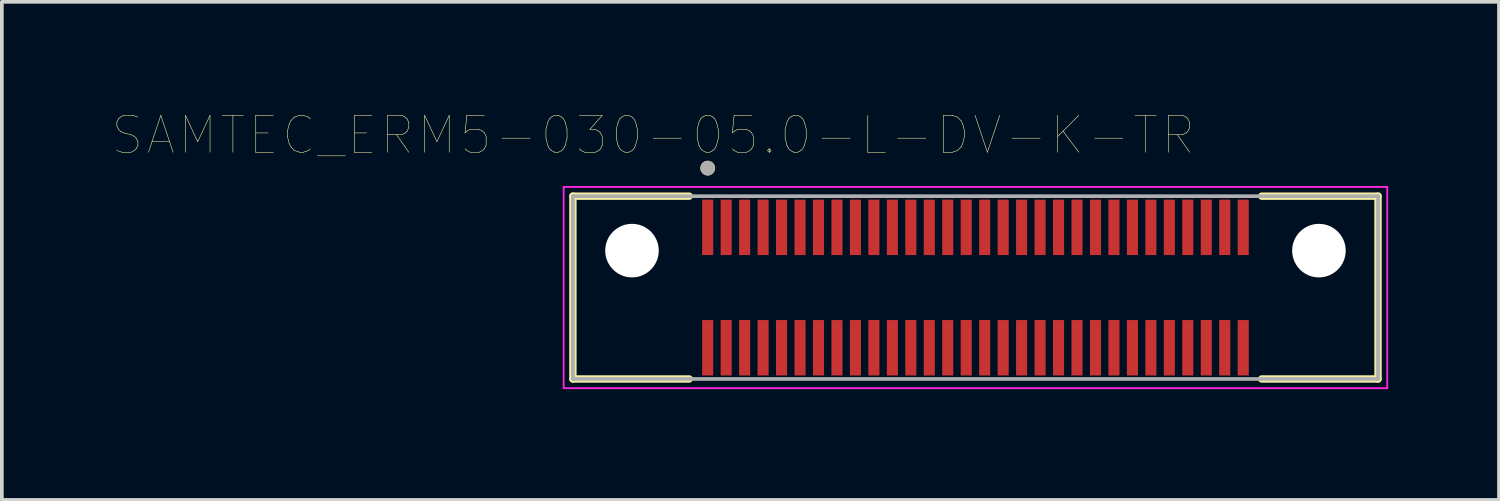
<source format=kicad_pcb>
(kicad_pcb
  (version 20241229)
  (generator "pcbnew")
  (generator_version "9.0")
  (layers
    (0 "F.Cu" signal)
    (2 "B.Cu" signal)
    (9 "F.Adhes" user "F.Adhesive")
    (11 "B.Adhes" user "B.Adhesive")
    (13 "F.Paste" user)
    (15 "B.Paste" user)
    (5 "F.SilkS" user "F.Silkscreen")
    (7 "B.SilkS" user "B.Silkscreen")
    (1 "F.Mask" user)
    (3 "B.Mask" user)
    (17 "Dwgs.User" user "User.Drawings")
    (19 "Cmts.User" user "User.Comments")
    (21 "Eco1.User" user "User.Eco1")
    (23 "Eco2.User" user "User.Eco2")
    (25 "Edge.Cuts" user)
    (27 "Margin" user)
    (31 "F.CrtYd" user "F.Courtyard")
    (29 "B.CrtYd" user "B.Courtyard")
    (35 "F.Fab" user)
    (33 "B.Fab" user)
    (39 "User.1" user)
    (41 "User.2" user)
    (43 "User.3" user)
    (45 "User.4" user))
  (footprint "SAMTEC_ERM5-030-05.0-L-DV-K-TR"
    (layer "F.Cu")
    (at 23.362 4.736)
    (property "Reference" "SAMTEC_ERM5-030-05.0-L-DV-K-TR" (at -8.725 -4.125 0) (layer "F.SilkS") (effects (font (size 1 1) (thickness 0.015))))
    (attr through_hole)
    (fp_line (start -10.9 -2.475) (end -10.9 2.475) (stroke (width 0.2) (type solid)) (layer "F.SilkS"))
    (fp_line (start -10.9 -2.475) (end -7.75 -2.475) (stroke (width 0.2) (type solid)) (layer "F.SilkS"))
    (fp_line (start -10.9 2.475) (end -7.75 2.475) (stroke (width 0.2) (type solid)) (layer "F.SilkS"))
    (fp_line (start 10.9 -2.475) (end 7.75 -2.475) (stroke (width 0.2) (type solid)) (layer "F.SilkS"))
    (fp_line (start 10.9 -2.475) (end 10.9 2.475) (stroke (width 0.2) (type solid)) (layer "F.SilkS"))
    (fp_line (start 10.9 2.475) (end 7.75 2.475) (stroke (width 0.2) (type solid)) (layer "F.SilkS"))
    (fp_circle (center -7.25 -3.235) (end -7.15 -3.235) (stroke (width 0.2) (type solid)) (fill no) (layer "F.SilkS"))
    (fp_poly (pts (xy -7.375 -2.38) (xy -7.125 -2.38) (xy -7.125 -0.88) (xy -7.375 -0.88)) (stroke (width 0.01) (type solid)) (fill yes) (layer "F.Paste"))
    (fp_poly (pts (xy -7.375 0.88) (xy -7.125 0.88) (xy -7.125 2.38) (xy -7.375 2.38)) (stroke (width 0.01) (type solid)) (fill yes) (layer "F.Paste"))
    (fp_poly (pts (xy -6.875 -2.38) (xy -6.625 -2.38) (xy -6.625 -0.88) (xy -6.875 -0.88)) (stroke (width 0.01) (type solid)) (fill yes) (layer "F.Paste"))
    (fp_poly (pts (xy -6.875 0.88) (xy -6.625 0.88) (xy -6.625 2.38) (xy -6.875 2.38)) (stroke (width 0.01) (type solid)) (fill yes) (layer "F.Paste"))
    (fp_poly (pts (xy -6.375 -2.38) (xy -6.125 -2.38) (xy -6.125 -0.88) (xy -6.375 -0.88)) (stroke (width 0.01) (type solid)) (fill yes) (layer "F.Paste"))
    (fp_poly (pts (xy -6.375 0.88) (xy -6.125 0.88) (xy -6.125 2.38) (xy -6.375 2.38)) (stroke (width 0.01) (type solid)) (fill yes) (layer "F.Paste"))
    (fp_poly (pts (xy -5.875 -2.38) (xy -5.625 -2.38) (xy -5.625 -0.88) (xy -5.875 -0.88)) (stroke (width 0.01) (type solid)) (fill yes) (layer "F.Paste"))
    (fp_poly (pts (xy -5.875 0.88) (xy -5.625 0.88) (xy -5.625 2.38) (xy -5.875 2.38)) (stroke (width 0.01) (type solid)) (fill yes) (layer "F.Paste"))
    (fp_poly (pts (xy -5.375 -2.38) (xy -5.125 -2.38) (xy -5.125 -0.88) (xy -5.375 -0.88)) (stroke (width 0.01) (type solid)) (fill yes) (layer "F.Paste"))
    (fp_poly (pts (xy -5.375 0.88) (xy -5.125 0.88) (xy -5.125 2.38) (xy -5.375 2.38)) (stroke (width 0.01) (type solid)) (fill yes) (layer "F.Paste"))
    (fp_poly (pts (xy -4.875 -2.38) (xy -4.625 -2.38) (xy -4.625 -0.88) (xy -4.875 -0.88)) (stroke (width 0.01) (type solid)) (fill yes) (layer "F.Paste"))
    (fp_poly (pts (xy -4.875 0.88) (xy -4.625 0.88) (xy -4.625 2.38) (xy -4.875 2.38)) (stroke (width 0.01) (type solid)) (fill yes) (layer "F.Paste"))
    (fp_poly (pts (xy -4.375 -2.38) (xy -4.125 -2.38) (xy -4.125 -0.88) (xy -4.375 -0.88)) (stroke (width 0.01) (type solid)) (fill yes) (layer "F.Paste"))
    (fp_poly (pts (xy -4.375 0.88) (xy -4.125 0.88) (xy -4.125 2.38) (xy -4.375 2.38)) (stroke (width 0.01) (type solid)) (fill yes) (layer "F.Paste"))
    (fp_poly (pts (xy -3.875 -2.38) (xy -3.625 -2.38) (xy -3.625 -0.88) (xy -3.875 -0.88)) (stroke (width 0.01) (type solid)) (fill yes) (layer "F.Paste"))
    (fp_poly (pts (xy -3.875 0.88) (xy -3.625 0.88) (xy -3.625 2.38) (xy -3.875 2.38)) (stroke (width 0.01) (type solid)) (fill yes) (layer "F.Paste"))
    (fp_poly (pts (xy -3.375 -2.38) (xy -3.125 -2.38) (xy -3.125 -0.88) (xy -3.375 -0.88)) (stroke (width 0.01) (type solid)) (fill yes) (layer "F.Paste"))
    (fp_poly (pts (xy -3.375 0.88) (xy -3.125 0.88) (xy -3.125 2.38) (xy -3.375 2.38)) (stroke (width 0.01) (type solid)) (fill yes) (layer "F.Paste"))
    (fp_poly (pts (xy -2.875 -2.38) (xy -2.625 -2.38) (xy -2.625 -0.88) (xy -2.875 -0.88)) (stroke (width 0.01) (type solid)) (fill yes) (layer "F.Paste"))
    (fp_poly (pts (xy -2.875 0.88) (xy -2.625 0.88) (xy -2.625 2.38) (xy -2.875 2.38)) (stroke (width 0.01) (type solid)) (fill yes) (layer "F.Paste"))
    (fp_poly (pts (xy -2.375 -2.38) (xy -2.125 -2.38) (xy -2.125 -0.88) (xy -2.375 -0.88)) (stroke (width 0.01) (type solid)) (fill yes) (layer "F.Paste"))
    (fp_poly (pts (xy -2.375 0.88) (xy -2.125 0.88) (xy -2.125 2.38) (xy -2.375 2.38)) (stroke (width 0.01) (type solid)) (fill yes) (layer "F.Paste"))
    (fp_poly (pts (xy -1.875 -2.38) (xy -1.625 -2.38) (xy -1.625 -0.88) (xy -1.875 -0.88)) (stroke (width 0.01) (type solid)) (fill yes) (layer "F.Paste"))
    (fp_poly (pts (xy -1.875 0.88) (xy -1.625 0.88) (xy -1.625 2.38) (xy -1.875 2.38)) (stroke (width 0.01) (type solid)) (fill yes) (layer "F.Paste"))
    (fp_poly (pts (xy -1.375 -2.38) (xy -1.125 -2.38) (xy -1.125 -0.88) (xy -1.375 -0.88)) (stroke (width 0.01) (type solid)) (fill yes) (layer "F.Paste"))
    (fp_poly (pts (xy -1.375 0.88) (xy -1.125 0.88) (xy -1.125 2.38) (xy -1.375 2.38)) (stroke (width 0.01) (type solid)) (fill yes) (layer "F.Paste"))
    (fp_poly (pts (xy -0.875 -2.38) (xy -0.625 -2.38) (xy -0.625 -0.88) (xy -0.875 -0.88)) (stroke (width 0.01) (type solid)) (fill yes) (layer "F.Paste"))
    (fp_poly (pts (xy -0.875 0.88) (xy -0.625 0.88) (xy -0.625 2.38) (xy -0.875 2.38)) (stroke (width 0.01) (type solid)) (fill yes) (layer "F.Paste"))
    (fp_poly (pts (xy -0.375 -2.38) (xy -0.125 -2.38) (xy -0.125 -0.88) (xy -0.375 -0.88)) (stroke (width 0.01) (type solid)) (fill yes) (layer "F.Paste"))
    (fp_poly (pts (xy -0.375 0.88) (xy -0.125 0.88) (xy -0.125 2.38) (xy -0.375 2.38)) (stroke (width 0.01) (type solid)) (fill yes) (layer "F.Paste"))
    (fp_poly (pts (xy 0.125 -2.38) (xy 0.375 -2.38) (xy 0.375 -0.88) (xy 0.125 -0.88)) (stroke (width 0.01) (type solid)) (fill yes) (layer "F.Paste"))
    (fp_poly (pts (xy 0.125 0.88) (xy 0.375 0.88) (xy 0.375 2.38) (xy 0.125 2.38)) (stroke (width 0.01) (type solid)) (fill yes) (layer "F.Paste"))
    (fp_poly (pts (xy 0.625 -2.38) (xy 0.875 -2.38) (xy 0.875 -0.88) (xy 0.625 -0.88)) (stroke (width 0.01) (type solid)) (fill yes) (layer "F.Paste"))
    (fp_poly (pts (xy 0.625 0.88) (xy 0.875 0.88) (xy 0.875 2.38) (xy 0.625 2.38)) (stroke (width 0.01) (type solid)) (fill yes) (layer "F.Paste"))
    (fp_poly (pts (xy 1.125 -2.38) (xy 1.375 -2.38) (xy 1.375 -0.88) (xy 1.125 -0.88)) (stroke (width 0.01) (type solid)) (fill yes) (layer "F.Paste"))
    (fp_poly (pts (xy 1.125 0.88) (xy 1.375 0.88) (xy 1.375 2.38) (xy 1.125 2.38)) (stroke (width 0.01) (type solid)) (fill yes) (layer "F.Paste"))
    (fp_poly (pts (xy 1.625 -2.38) (xy 1.875 -2.38) (xy 1.875 -0.88) (xy 1.625 -0.88)) (stroke (width 0.01) (type solid)) (fill yes) (layer "F.Paste"))
    (fp_poly (pts (xy 1.625 0.88) (xy 1.875 0.88) (xy 1.875 2.38) (xy 1.625 2.38)) (stroke (width 0.01) (type solid)) (fill yes) (layer "F.Paste"))
    (fp_poly (pts (xy 2.125 -2.38) (xy 2.375 -2.38) (xy 2.375 -0.88) (xy 2.125 -0.88)) (stroke (width 0.01) (type solid)) (fill yes) (layer "F.Paste"))
    (fp_poly (pts (xy 2.125 0.88) (xy 2.375 0.88) (xy 2.375 2.38) (xy 2.125 2.38)) (stroke (width 0.01) (type solid)) (fill yes) (layer "F.Paste"))
    (fp_poly (pts (xy 2.625 -2.38) (xy 2.875 -2.38) (xy 2.875 -0.88) (xy 2.625 -0.88)) (stroke (width 0.01) (type solid)) (fill yes) (layer "F.Paste"))
    (fp_poly (pts (xy 2.625 0.88) (xy 2.875 0.88) (xy 2.875 2.38) (xy 2.625 2.38)) (stroke (width 0.01) (type solid)) (fill yes) (layer "F.Paste"))
    (fp_poly (pts (xy 3.125 -2.38) (xy 3.375 -2.38) (xy 3.375 -0.88) (xy 3.125 -0.88)) (stroke (width 0.01) (type solid)) (fill yes) (layer "F.Paste"))
    (fp_poly (pts (xy 3.125 0.88) (xy 3.375 0.88) (xy 3.375 2.38) (xy 3.125 2.38)) (stroke (width 0.01) (type solid)) (fill yes) (layer "F.Paste"))
    (fp_poly (pts (xy 3.625 -2.38) (xy 3.875 -2.38) (xy 3.875 -0.88) (xy 3.625 -0.88)) (stroke (width 0.01) (type solid)) (fill yes) (layer "F.Paste"))
    (fp_poly (pts (xy 3.625 0.88) (xy 3.875 0.88) (xy 3.875 2.38) (xy 3.625 2.38)) (stroke (width 0.01) (type solid)) (fill yes) (layer "F.Paste"))
    (fp_poly (pts (xy 4.125 -2.38) (xy 4.375 -2.38) (xy 4.375 -0.88) (xy 4.125 -0.88)) (stroke (width 0.01) (type solid)) (fill yes) (layer "F.Paste"))
    (fp_poly (pts (xy 4.125 0.88) (xy 4.375 0.88) (xy 4.375 2.38) (xy 4.125 2.38)) (stroke (width 0.01) (type solid)) (fill yes) (layer "F.Paste"))
    (fp_poly (pts (xy 4.625 -2.38) (xy 4.875 -2.38) (xy 4.875 -0.88) (xy 4.625 -0.88)) (stroke (width 0.01) (type solid)) (fill yes) (layer "F.Paste"))
    (fp_poly (pts (xy 4.625 0.88) (xy 4.875 0.88) (xy 4.875 2.38) (xy 4.625 2.38)) (stroke (width 0.01) (type solid)) (fill yes) (layer "F.Paste"))
    (fp_poly (pts (xy 5.125 -2.38) (xy 5.375 -2.38) (xy 5.375 -0.88) (xy 5.125 -0.88)) (stroke (width 0.01) (type solid)) (fill yes) (layer "F.Paste"))
    (fp_poly (pts (xy 5.125 0.88) (xy 5.375 0.88) (xy 5.375 2.38) (xy 5.125 2.38)) (stroke (width 0.01) (type solid)) (fill yes) (layer "F.Paste"))
    (fp_poly (pts (xy 5.625 -2.38) (xy 5.875 -2.38) (xy 5.875 -0.88) (xy 5.625 -0.88)) (stroke (width 0.01) (type solid)) (fill yes) (layer "F.Paste"))
    (fp_poly (pts (xy 5.625 0.88) (xy 5.875 0.88) (xy 5.875 2.38) (xy 5.625 2.38)) (stroke (width 0.01) (type solid)) (fill yes) (layer "F.Paste"))
    (fp_poly (pts (xy 6.125 -2.38) (xy 6.375 -2.38) (xy 6.375 -0.88) (xy 6.125 -0.88)) (stroke (width 0.01) (type solid)) (fill yes) (layer "F.Paste"))
    (fp_poly (pts (xy 6.125 0.88) (xy 6.375 0.88) (xy 6.375 2.38) (xy 6.125 2.38)) (stroke (width 0.01) (type solid)) (fill yes) (layer "F.Paste"))
    (fp_poly (pts (xy 6.625 -2.38) (xy 6.875 -2.38) (xy 6.875 -0.88) (xy 6.625 -0.88)) (stroke (width 0.01) (type solid)) (fill yes) (layer "F.Paste"))
    (fp_poly (pts (xy 6.625 0.88) (xy 6.875 0.88) (xy 6.875 2.38) (xy 6.625 2.38)) (stroke (width 0.01) (type solid)) (fill yes) (layer "F.Paste"))
    (fp_poly (pts (xy 7.125 -2.38) (xy 7.375 -2.38) (xy 7.375 -0.88) (xy 7.125 -0.88)) (stroke (width 0.01) (type solid)) (fill yes) (layer "F.Paste"))
    (fp_poly (pts (xy 7.125 0.88) (xy 7.375 0.88) (xy 7.375 2.38) (xy 7.125 2.38)) (stroke (width 0.01) (type solid)) (fill yes) (layer "F.Paste"))
    (fp_line (start -11.15 -2.725) (end 11.15 -2.725) (stroke (width 0.05) (type solid)) (layer "F.CrtYd"))
    (fp_line (start -11.15 2.725) (end -11.15 -2.725) (stroke (width 0.05) (type solid)) (layer "F.CrtYd"))
    (fp_line (start 11.15 -2.725) (end 11.15 2.725) (stroke (width 0.05) (type solid)) (layer "F.CrtYd"))
    (fp_line (start 11.15 2.725) (end -11.15 2.725) (stroke (width 0.05) (type solid)) (layer "F.CrtYd"))
    (fp_line (start -10.9 -2.475) (end 10.9 -2.475) (stroke (width 0.1) (type solid)) (layer "F.Fab"))
    (fp_line (start -10.9 2.475) (end -10.9 -2.475) (stroke (width 0.1) (type solid)) (layer "F.Fab"))
    (fp_line (start 10.9 -2.475) (end 10.9 2.475) (stroke (width 0.1) (type solid)) (layer "F.Fab"))
    (fp_line (start 10.9 2.475) (end -10.9 2.475) (stroke (width 0.1) (type solid)) (layer "F.Fab"))
    (fp_circle (center -7.25 -3.235) (end -7.15 -3.235) (stroke (width 0.2) (type solid)) (fill no) (layer "F.Fab"))
    (pad "" np_thru_hole circle (at -9.3 -1) (size 1.45 1.45) (drill 1.45) (layers "*.Cu" "*.Mask"))
    (pad "" np_thru_hole circle (at 9.3 -1) (size 1.45 1.45) (drill 1.45) (layers "*.Cu" "*.Mask"))
    (pad "01" smd rect (at -7.25 -1.63) (size 0.3 1.5) (layers "F.Cu" "F.Mask"))
    (pad "02" smd rect (at -7.25 1.63) (size 0.3 1.5) (layers "F.Cu" "F.Mask"))
    (pad "03" smd rect (at -6.75 -1.63) (size 0.3 1.5) (layers "F.Cu" "F.Mask"))
    (pad "04" smd rect (at -6.75 1.63) (size 0.3 1.5) (layers "F.Cu" "F.Mask"))
    (pad "05" smd rect (at -6.25 -1.63) (size 0.3 1.5) (layers "F.Cu" "F.Mask"))
    (pad "06" smd rect (at -6.25 1.63) (size 0.3 1.5) (layers "F.Cu" "F.Mask"))
    (pad "07" smd rect (at -5.75 -1.63) (size 0.3 1.5) (layers "F.Cu" "F.Mask"))
    (pad "08" smd rect (at -5.75 1.63) (size 0.3 1.5) (layers "F.Cu" "F.Mask"))
    (pad "09" smd rect (at -5.25 -1.63) (size 0.3 1.5) (layers "F.Cu" "F.Mask"))
    (pad "10" smd rect (at -5.25 1.63) (size 0.3 1.5) (layers "F.Cu" "F.Mask"))
    (pad "11" smd rect (at -4.75 -1.63) (size 0.3 1.5) (layers "F.Cu" "F.Mask"))
    (pad "12" smd rect (at -4.75 1.63) (size 0.3 1.5) (layers "F.Cu" "F.Mask"))
    (pad "13" smd rect (at -4.25 -1.63) (size 0.3 1.5) (layers "F.Cu" "F.Mask"))
    (pad "14" smd rect (at -4.25 1.63) (size 0.3 1.5) (layers "F.Cu" "F.Mask"))
    (pad "15" smd rect (at -3.75 -1.63) (size 0.3 1.5) (layers "F.Cu" "F.Mask"))
    (pad "16" smd rect (at -3.75 1.63) (size 0.3 1.5) (layers "F.Cu" "F.Mask"))
    (pad "17" smd rect (at -3.25 -1.63) (size 0.3 1.5) (layers "F.Cu" "F.Mask"))
    (pad "18" smd rect (at -3.25 1.63) (size 0.3 1.5) (layers "F.Cu" "F.Mask"))
    (pad "19" smd rect (at -2.75 -1.63) (size 0.3 1.5) (layers "F.Cu" "F.Mask"))
    (pad "20" smd rect (at -2.75 1.63) (size 0.3 1.5) (layers "F.Cu" "F.Mask"))
    (pad "21" smd rect (at -2.25 -1.63) (size 0.3 1.5) (layers "F.Cu" "F.Mask"))
    (pad "22" smd rect (at -2.25 1.63) (size 0.3 1.5) (layers "F.Cu" "F.Mask"))
    (pad "23" smd rect (at -1.75 -1.63) (size 0.3 1.5) (layers "F.Cu" "F.Mask"))
    (pad "24" smd rect (at -1.75 1.63) (size 0.3 1.5) (layers "F.Cu" "F.Mask"))
    (pad "25" smd rect (at -1.25 -1.63) (size 0.3 1.5) (layers "F.Cu" "F.Mask"))
    (pad "26" smd rect (at -1.25 1.63) (size 0.3 1.5) (layers "F.Cu" "F.Mask"))
    (pad "27" smd rect (at -0.75 -1.63) (size 0.3 1.5) (layers "F.Cu" "F.Mask"))
    (pad "28" smd rect (at -0.75 1.63) (size 0.3 1.5) (layers "F.Cu" "F.Mask"))
    (pad "29" smd rect (at -0.25 -1.63) (size 0.3 1.5) (layers "F.Cu" "F.Mask"))
    (pad "30" smd rect (at -0.25 1.63) (size 0.3 1.5) (layers "F.Cu" "F.Mask"))
    (pad "31" smd rect (at 0.25 -1.63) (size 0.3 1.5) (layers "F.Cu" "F.Mask"))
    (pad "32" smd rect (at 0.25 1.63) (size 0.3 1.5) (layers "F.Cu" "F.Mask"))
    (pad "33" smd rect (at 0.75 -1.63) (size 0.3 1.5) (layers "F.Cu" "F.Mask"))
    (pad "34" smd rect (at 0.75 1.63) (size 0.3 1.5) (layers "F.Cu" "F.Mask"))
    (pad "35" smd rect (at 1.25 -1.63) (size 0.3 1.5) (layers "F.Cu" "F.Mask"))
    (pad "36" smd rect (at 1.25 1.63) (size 0.3 1.5) (layers "F.Cu" "F.Mask"))
    (pad "37" smd rect (at 1.75 -1.63) (size 0.3 1.5) (layers "F.Cu" "F.Mask"))
    (pad "38" smd rect (at 1.75 1.63) (size 0.3 1.5) (layers "F.Cu" "F.Mask"))
    (pad "39" smd rect (at 2.25 -1.63) (size 0.3 1.5) (layers "F.Cu" "F.Mask"))
    (pad "40" smd rect (at 2.25 1.63) (size 0.3 1.5) (layers "F.Cu" "F.Mask"))
    (pad "41" smd rect (at 2.75 -1.63) (size 0.3 1.5) (layers "F.Cu" "F.Mask"))
    (pad "42" smd rect (at 2.75 1.63) (size 0.3 1.5) (layers "F.Cu" "F.Mask"))
    (pad "43" smd rect (at 3.25 -1.63) (size 0.3 1.5) (layers "F.Cu" "F.Mask"))
    (pad "44" smd rect (at 3.25 1.63) (size 0.3 1.5) (layers "F.Cu" "F.Mask"))
    (pad "45" smd rect (at 3.75 -1.63) (size 0.3 1.5) (layers "F.Cu" "F.Mask"))
    (pad "46" smd rect (at 3.75 1.63) (size 0.3 1.5) (layers "F.Cu" "F.Mask"))
    (pad "47" smd rect (at 4.25 -1.63) (size 0.3 1.5) (layers "F.Cu" "F.Mask"))
    (pad "48" smd rect (at 4.25 1.63) (size 0.3 1.5) (layers "F.Cu" "F.Mask"))
    (pad "49" smd rect (at 4.75 -1.63) (size 0.3 1.5) (layers "F.Cu" "F.Mask"))
    (pad "50" smd rect (at 4.75 1.63) (size 0.3 1.5) (layers "F.Cu" "F.Mask"))
    (pad "51" smd rect (at 5.25 -1.63) (size 0.3 1.5) (layers "F.Cu" "F.Mask"))
    (pad "52" smd rect (at 5.25 1.63) (size 0.3 1.5) (layers "F.Cu" "F.Mask"))
    (pad "53" smd rect (at 5.75 -1.63) (size 0.3 1.5) (layers "F.Cu" "F.Mask"))
    (pad "54" smd rect (at 5.75 1.63) (size 0.3 1.5) (layers "F.Cu" "F.Mask"))
    (pad "55" smd rect (at 6.25 -1.63) (size 0.3 1.5) (layers "F.Cu" "F.Mask"))
    (pad "56" smd rect (at 6.25 1.63) (size 0.3 1.5) (layers "F.Cu" "F.Mask"))
    (pad "57" smd rect (at 6.75 -1.63) (size 0.3 1.5) (layers "F.Cu" "F.Mask"))
    (pad "58" smd rect (at 6.75 1.63) (size 0.3 1.5) (layers "F.Cu" "F.Mask"))
    (pad "59" smd rect (at 7.25 -1.63) (size 0.3 1.5) (layers "F.Cu" "F.Mask"))
    (pad "60" smd rect (at 7.25 1.63) (size 0.3 1.5) (layers "F.Cu" "F.Mask")))
  (gr_rect
    (start -3 -3)
    (end 37.537 10.486)
    (stroke (width 0.1) (type default))
    (fill no)
    (layer "Edge.Cuts")))
</source>
